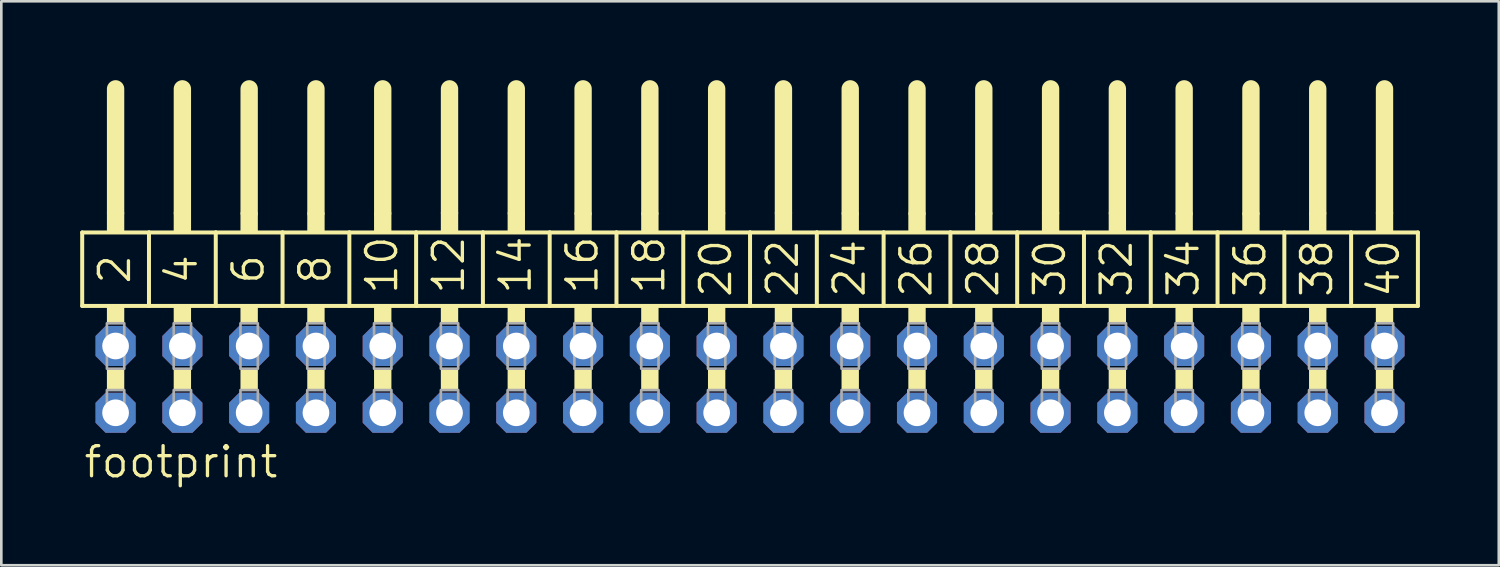
<source format=kicad_pcb>
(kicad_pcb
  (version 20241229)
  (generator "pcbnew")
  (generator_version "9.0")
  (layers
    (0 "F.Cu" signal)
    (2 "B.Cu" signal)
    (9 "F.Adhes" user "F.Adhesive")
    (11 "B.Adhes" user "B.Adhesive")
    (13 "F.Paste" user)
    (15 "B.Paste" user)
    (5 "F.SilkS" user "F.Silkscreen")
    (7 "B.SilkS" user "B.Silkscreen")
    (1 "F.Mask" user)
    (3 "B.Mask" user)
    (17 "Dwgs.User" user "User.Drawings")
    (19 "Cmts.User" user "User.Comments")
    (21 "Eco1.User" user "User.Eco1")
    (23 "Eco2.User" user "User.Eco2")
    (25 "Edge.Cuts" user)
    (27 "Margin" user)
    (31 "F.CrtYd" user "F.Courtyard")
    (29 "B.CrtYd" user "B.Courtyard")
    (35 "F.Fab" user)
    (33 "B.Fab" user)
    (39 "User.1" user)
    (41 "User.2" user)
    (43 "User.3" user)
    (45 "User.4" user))
  (footprint "footprint"
    (layer "F.Cu")
    (at 25.476 11.379)
    (property "Reference" "footprint" (at -25.4 3.81 0) (layer "F.SilkS") (effects (font (size 1.143 1.143) (thickness 0.127)) (justify left bottom)))
    (fp_line (start -25.4 -5.588) (end -22.86 -5.588) (stroke (width 0.152) (type solid)) (layer "F.SilkS"))
    (fp_line (start -25.4 -2.794) (end -25.4 -5.588) (stroke (width 0.152) (type solid)) (layer "F.SilkS"))
    (fp_line (start -24.13 -6.35) (end -24.13 -11.049) (stroke (width 0.66) (type solid)) (layer "F.SilkS"))
    (fp_line (start -22.86 -5.588) (end -20.32 -5.588) (stroke (width 0.152) (type solid)) (layer "F.SilkS"))
    (fp_line (start -22.86 -2.794) (end -25.4 -2.794) (stroke (width 0.152) (type solid)) (layer "F.SilkS"))
    (fp_line (start -22.86 -2.794) (end -22.86 -5.588) (stroke (width 0.152) (type solid)) (layer "F.SilkS"))
    (fp_line (start -22.86 -2.794) (end -20.32 -2.794) (stroke (width 0.152) (type solid)) (layer "F.SilkS"))
    (fp_line (start -21.59 -6.35) (end -21.59 -11.049) (stroke (width 0.66) (type solid)) (layer "F.SilkS"))
    (fp_line (start -20.32 -5.588) (end -17.78 -5.588) (stroke (width 0.152) (type solid)) (layer "F.SilkS"))
    (fp_line (start -20.32 -2.794) (end -20.32 -5.588) (stroke (width 0.152) (type solid)) (layer "F.SilkS"))
    (fp_line (start -19.05 -6.35) (end -19.05 -11.049) (stroke (width 0.66) (type solid)) (layer "F.SilkS"))
    (fp_line (start -17.78 -5.588) (end -15.24 -5.588) (stroke (width 0.152) (type solid)) (layer "F.SilkS"))
    (fp_line (start -17.78 -2.794) (end -20.32 -2.794) (stroke (width 0.152) (type solid)) (layer "F.SilkS"))
    (fp_line (start -17.78 -2.794) (end -17.78 -5.588) (stroke (width 0.152) (type solid)) (layer "F.SilkS"))
    (fp_line (start -16.51 -6.35) (end -16.51 -11.049) (stroke (width 0.66) (type solid)) (layer "F.SilkS"))
    (fp_line (start -15.24 -5.588) (end -12.7 -5.588) (stroke (width 0.152) (type solid)) (layer "F.SilkS"))
    (fp_line (start -15.24 -2.794) (end -17.78 -2.794) (stroke (width 0.152) (type solid)) (layer "F.SilkS"))
    (fp_line (start -15.24 -2.794) (end -15.24 -5.588) (stroke (width 0.152) (type solid)) (layer "F.SilkS"))
    (fp_line (start -13.97 -6.35) (end -13.97 -11.049) (stroke (width 0.66) (type solid)) (layer "F.SilkS"))
    (fp_line (start -12.7 -5.588) (end -10.16 -5.588) (stroke (width 0.152) (type solid)) (layer "F.SilkS"))
    (fp_line (start -12.7 -2.794) (end -15.24 -2.794) (stroke (width 0.152) (type solid)) (layer "F.SilkS"))
    (fp_line (start -12.7 -2.794) (end -12.7 -5.588) (stroke (width 0.152) (type solid)) (layer "F.SilkS"))
    (fp_line (start -11.43 -6.35) (end -11.43 -11.049) (stroke (width 0.66) (type solid)) (layer "F.SilkS"))
    (fp_line (start -10.16 -5.588) (end -7.62 -5.588) (stroke (width 0.152) (type solid)) (layer "F.SilkS"))
    (fp_line (start -10.16 -2.794) (end -12.7 -2.794) (stroke (width 0.152) (type solid)) (layer "F.SilkS"))
    (fp_line (start -10.16 -2.794) (end -10.16 -5.588) (stroke (width 0.152) (type solid)) (layer "F.SilkS"))
    (fp_line (start -10.16 -2.794) (end -7.62 -2.794) (stroke (width 0.152) (type solid)) (layer "F.SilkS"))
    (fp_line (start -8.89 -6.35) (end -8.89 -11.049) (stroke (width 0.66) (type solid)) (layer "F.SilkS"))
    (fp_line (start -7.62 -5.588) (end -5.08 -5.588) (stroke (width 0.152) (type solid)) (layer "F.SilkS"))
    (fp_line (start -7.62 -2.794) (end -7.62 -5.588) (stroke (width 0.152) (type solid)) (layer "F.SilkS"))
    (fp_line (start -6.35 -6.35) (end -6.35 -11.049) (stroke (width 0.66) (type solid)) (layer "F.SilkS"))
    (fp_line (start -5.08 -5.588) (end -2.54 -5.588) (stroke (width 0.152) (type solid)) (layer "F.SilkS"))
    (fp_line (start -5.08 -2.794) (end -7.62 -2.794) (stroke (width 0.152) (type solid)) (layer "F.SilkS"))
    (fp_line (start -5.08 -2.794) (end -5.08 -5.588) (stroke (width 0.152) (type solid)) (layer "F.SilkS"))
    (fp_line (start -3.81 -6.35) (end -3.81 -11.049) (stroke (width 0.66) (type solid)) (layer "F.SilkS"))
    (fp_line (start -2.54 -5.588) (end 0 -5.588) (stroke (width 0.152) (type solid)) (layer "F.SilkS"))
    (fp_line (start -2.54 -2.794) (end -5.08 -2.794) (stroke (width 0.152) (type solid)) (layer "F.SilkS"))
    (fp_line (start -2.54 -2.794) (end -2.54 -5.588) (stroke (width 0.152) (type solid)) (layer "F.SilkS"))
    (fp_line (start -1.27 -6.35) (end -1.27 -11.049) (stroke (width 0.66) (type solid)) (layer "F.SilkS"))
    (fp_line (start 0 -5.588) (end 2.54 -5.588) (stroke (width 0.152) (type solid)) (layer "F.SilkS"))
    (fp_line (start 0 -2.794) (end -2.54 -2.794) (stroke (width 0.152) (type solid)) (layer "F.SilkS"))
    (fp_line (start 0 -2.794) (end 0 -5.588) (stroke (width 0.152) (type solid)) (layer "F.SilkS"))
    (fp_line (start 1.27 -6.35) (end 1.27 -11.049) (stroke (width 0.66) (type solid)) (layer "F.SilkS"))
    (fp_line (start 2.54 -5.588) (end 5.08 -5.588) (stroke (width 0.152) (type solid)) (layer "F.SilkS"))
    (fp_line (start 2.54 -2.794) (end 0 -2.794) (stroke (width 0.152) (type solid)) (layer "F.SilkS"))
    (fp_line (start 2.54 -2.794) (end 2.54 -5.588) (stroke (width 0.152) (type solid)) (layer "F.SilkS"))
    (fp_line (start 2.54 -2.794) (end 5.08 -2.794) (stroke (width 0.152) (type solid)) (layer "F.SilkS"))
    (fp_line (start 3.81 -6.35) (end 3.81 -11.049) (stroke (width 0.66) (type solid)) (layer "F.SilkS"))
    (fp_line (start 5.08 -5.588) (end 7.62 -5.588) (stroke (width 0.152) (type solid)) (layer "F.SilkS"))
    (fp_line (start 5.08 -2.794) (end 5.08 -5.588) (stroke (width 0.152) (type solid)) (layer "F.SilkS"))
    (fp_line (start 6.35 -6.35) (end 6.35 -11.049) (stroke (width 0.66) (type solid)) (layer "F.SilkS"))
    (fp_line (start 7.62 -5.588) (end 10.16 -5.588) (stroke (width 0.152) (type solid)) (layer "F.SilkS"))
    (fp_line (start 7.62 -2.794) (end 5.08 -2.794) (stroke (width 0.152) (type solid)) (layer "F.SilkS"))
    (fp_line (start 7.62 -2.794) (end 7.62 -5.588) (stroke (width 0.152) (type solid)) (layer "F.SilkS"))
    (fp_line (start 8.89 -6.35) (end 8.89 -11.049) (stroke (width 0.66) (type solid)) (layer "F.SilkS"))
    (fp_line (start 10.16 -5.588) (end 12.7 -5.588) (stroke (width 0.152) (type solid)) (layer "F.SilkS"))
    (fp_line (start 10.16 -2.794) (end 7.62 -2.794) (stroke (width 0.152) (type solid)) (layer "F.SilkS"))
    (fp_line (start 10.16 -2.794) (end 10.16 -5.588) (stroke (width 0.152) (type solid)) (layer "F.SilkS"))
    (fp_line (start 11.43 -6.35) (end 11.43 -11.049) (stroke (width 0.66) (type solid)) (layer "F.SilkS"))
    (fp_line (start 12.7 -5.588) (end 15.24 -5.588) (stroke (width 0.152) (type solid)) (layer "F.SilkS"))
    (fp_line (start 12.7 -2.794) (end 10.16 -2.794) (stroke (width 0.152) (type solid)) (layer "F.SilkS"))
    (fp_line (start 12.7 -2.794) (end 12.7 -5.588) (stroke (width 0.152) (type solid)) (layer "F.SilkS"))
    (fp_line (start 13.97 -6.35) (end 13.97 -11.049) (stroke (width 0.66) (type solid)) (layer "F.SilkS"))
    (fp_line (start 15.24 -5.588) (end 17.78 -5.588) (stroke (width 0.152) (type solid)) (layer "F.SilkS"))
    (fp_line (start 15.24 -2.794) (end 12.7 -2.794) (stroke (width 0.152) (type solid)) (layer "F.SilkS"))
    (fp_line (start 15.24 -2.794) (end 15.24 -5.588) (stroke (width 0.152) (type solid)) (layer "F.SilkS"))
    (fp_line (start 15.24 -2.794) (end 17.78 -2.794) (stroke (width 0.152) (type solid)) (layer "F.SilkS"))
    (fp_line (start 16.51 -6.35) (end 16.51 -11.049) (stroke (width 0.66) (type solid)) (layer "F.SilkS"))
    (fp_line (start 17.78 -5.588) (end 20.32 -5.588) (stroke (width 0.152) (type solid)) (layer "F.SilkS"))
    (fp_line (start 17.78 -2.794) (end 17.78 -5.588) (stroke (width 0.152) (type solid)) (layer "F.SilkS"))
    (fp_line (start 19.05 -6.35) (end 19.05 -11.049) (stroke (width 0.66) (type solid)) (layer "F.SilkS"))
    (fp_line (start 20.32 -5.588) (end 22.86 -5.588) (stroke (width 0.152) (type solid)) (layer "F.SilkS"))
    (fp_line (start 20.32 -2.794) (end 17.78 -2.794) (stroke (width 0.152) (type solid)) (layer "F.SilkS"))
    (fp_line (start 20.32 -2.794) (end 20.32 -5.588) (stroke (width 0.152) (type solid)) (layer "F.SilkS"))
    (fp_line (start 21.59 -6.35) (end 21.59 -11.049) (stroke (width 0.66) (type solid)) (layer "F.SilkS"))
    (fp_line (start 22.86 -5.588) (end 25.4 -5.588) (stroke (width 0.152) (type solid)) (layer "F.SilkS"))
    (fp_line (start 22.86 -2.794) (end 20.32 -2.794) (stroke (width 0.152) (type solid)) (layer "F.SilkS"))
    (fp_line (start 22.86 -2.794) (end 22.86 -5.588) (stroke (width 0.152) (type solid)) (layer "F.SilkS"))
    (fp_line (start 24.13 -6.35) (end 24.13 -11.049) (stroke (width 0.66) (type solid)) (layer "F.SilkS"))
    (fp_line (start 25.4 -2.794) (end 22.86 -2.794) (stroke (width 0.152) (type solid)) (layer "F.SilkS"))
    (fp_line (start 25.4 -2.794) (end 25.4 -5.588) (stroke (width 0.152) (type solid)) (layer "F.SilkS"))
    (fp_poly (pts (xy -24.46 -5.588) (xy -23.8 -5.588) (xy -23.8 -6.35) (xy -24.46 -6.35)) (stroke (width 0) (type solid)) (fill yes) (layer "F.SilkS"))
    (fp_poly (pts (xy -24.46 -2.134) (xy -23.8 -2.134) (xy -23.8 -2.794) (xy -24.46 -2.794)) (stroke (width 0) (type solid)) (fill yes) (layer "F.SilkS"))
    (fp_poly (pts (xy -24.46 0.406) (xy -23.8 0.406) (xy -23.8 -0.406) (xy -24.46 -0.406)) (stroke (width 0) (type solid)) (fill yes) (layer "F.SilkS"))
    (fp_poly (pts (xy -21.92 -5.588) (xy -21.26 -5.588) (xy -21.26 -6.35) (xy -21.92 -6.35)) (stroke (width 0) (type solid)) (fill yes) (layer "F.SilkS"))
    (fp_poly (pts (xy -21.92 -2.134) (xy -21.26 -2.134) (xy -21.26 -2.794) (xy -21.92 -2.794)) (stroke (width 0) (type solid)) (fill yes) (layer "F.SilkS"))
    (fp_poly (pts (xy -21.92 0.406) (xy -21.26 0.406) (xy -21.26 -0.406) (xy -21.92 -0.406)) (stroke (width 0) (type solid)) (fill yes) (layer "F.SilkS"))
    (fp_poly (pts (xy -19.38 -5.588) (xy -18.72 -5.588) (xy -18.72 -6.35) (xy -19.38 -6.35)) (stroke (width 0) (type solid)) (fill yes) (layer "F.SilkS"))
    (fp_poly (pts (xy -19.38 -2.134) (xy -18.72 -2.134) (xy -18.72 -2.794) (xy -19.38 -2.794)) (stroke (width 0) (type solid)) (fill yes) (layer "F.SilkS"))
    (fp_poly (pts (xy -19.38 0.406) (xy -18.72 0.406) (xy -18.72 -0.406) (xy -19.38 -0.406)) (stroke (width 0) (type solid)) (fill yes) (layer "F.SilkS"))
    (fp_poly (pts (xy -16.84 -5.588) (xy -16.18 -5.588) (xy -16.18 -6.35) (xy -16.84 -6.35)) (stroke (width 0) (type solid)) (fill yes) (layer "F.SilkS"))
    (fp_poly (pts (xy -16.84 -2.134) (xy -16.18 -2.134) (xy -16.18 -2.794) (xy -16.84 -2.794)) (stroke (width 0) (type solid)) (fill yes) (layer "F.SilkS"))
    (fp_poly (pts (xy -16.84 0.406) (xy -16.18 0.406) (xy -16.18 -0.406) (xy -16.84 -0.406)) (stroke (width 0) (type solid)) (fill yes) (layer "F.SilkS"))
    (fp_poly (pts (xy -14.3 -5.588) (xy -13.64 -5.588) (xy -13.64 -6.35) (xy -14.3 -6.35)) (stroke (width 0) (type solid)) (fill yes) (layer "F.SilkS"))
    (fp_poly (pts (xy -14.3 -2.134) (xy -13.64 -2.134) (xy -13.64 -2.794) (xy -14.3 -2.794)) (stroke (width 0) (type solid)) (fill yes) (layer "F.SilkS"))
    (fp_poly (pts (xy -14.3 0.406) (xy -13.64 0.406) (xy -13.64 -0.406) (xy -14.3 -0.406)) (stroke (width 0) (type solid)) (fill yes) (layer "F.SilkS"))
    (fp_poly (pts (xy -11.76 -5.588) (xy -11.1 -5.588) (xy -11.1 -6.35) (xy -11.76 -6.35)) (stroke (width 0) (type solid)) (fill yes) (layer "F.SilkS"))
    (fp_poly (pts (xy -11.76 -2.134) (xy -11.1 -2.134) (xy -11.1 -2.794) (xy -11.76 -2.794)) (stroke (width 0) (type solid)) (fill yes) (layer "F.SilkS"))
    (fp_poly (pts (xy -11.76 0.406) (xy -11.1 0.406) (xy -11.1 -0.406) (xy -11.76 -0.406)) (stroke (width 0) (type solid)) (fill yes) (layer "F.SilkS"))
    (fp_poly (pts (xy -9.22 -5.588) (xy -8.56 -5.588) (xy -8.56 -6.35) (xy -9.22 -6.35)) (stroke (width 0) (type solid)) (fill yes) (layer "F.SilkS"))
    (fp_poly (pts (xy -9.22 -2.134) (xy -8.56 -2.134) (xy -8.56 -2.794) (xy -9.22 -2.794)) (stroke (width 0) (type solid)) (fill yes) (layer "F.SilkS"))
    (fp_poly (pts (xy -9.22 0.406) (xy -8.56 0.406) (xy -8.56 -0.406) (xy -9.22 -0.406)) (stroke (width 0) (type solid)) (fill yes) (layer "F.SilkS"))
    (fp_poly (pts (xy -6.68 -5.588) (xy -6.02 -5.588) (xy -6.02 -6.35) (xy -6.68 -6.35)) (stroke (width 0) (type solid)) (fill yes) (layer "F.SilkS"))
    (fp_poly (pts (xy -6.68 -2.134) (xy -6.02 -2.134) (xy -6.02 -2.794) (xy -6.68 -2.794)) (stroke (width 0) (type solid)) (fill yes) (layer "F.SilkS"))
    (fp_poly (pts (xy -6.68 0.406) (xy -6.02 0.406) (xy -6.02 -0.406) (xy -6.68 -0.406)) (stroke (width 0) (type solid)) (fill yes) (layer "F.SilkS"))
    (fp_poly (pts (xy -4.14 -5.588) (xy -3.48 -5.588) (xy -3.48 -6.35) (xy -4.14 -6.35)) (stroke (width 0) (type solid)) (fill yes) (layer "F.SilkS"))
    (fp_poly (pts (xy -4.14 -2.134) (xy -3.48 -2.134) (xy -3.48 -2.794) (xy -4.14 -2.794)) (stroke (width 0) (type solid)) (fill yes) (layer "F.SilkS"))
    (fp_poly (pts (xy -4.14 0.406) (xy -3.48 0.406) (xy -3.48 -0.406) (xy -4.14 -0.406)) (stroke (width 0) (type solid)) (fill yes) (layer "F.SilkS"))
    (fp_poly (pts (xy -1.6 -5.588) (xy -0.94 -5.588) (xy -0.94 -6.35) (xy -1.6 -6.35)) (stroke (width 0) (type solid)) (fill yes) (layer "F.SilkS"))
    (fp_poly (pts (xy -1.6 -2.134) (xy -0.94 -2.134) (xy -0.94 -2.794) (xy -1.6 -2.794)) (stroke (width 0) (type solid)) (fill yes) (layer "F.SilkS"))
    (fp_poly (pts (xy -1.6 0.406) (xy -0.94 0.406) (xy -0.94 -0.406) (xy -1.6 -0.406)) (stroke (width 0) (type solid)) (fill yes) (layer "F.SilkS"))
    (fp_poly (pts (xy 0.94 -5.588) (xy 1.6 -5.588) (xy 1.6 -6.35) (xy 0.94 -6.35)) (stroke (width 0) (type solid)) (fill yes) (layer "F.SilkS"))
    (fp_poly (pts (xy 0.94 -2.134) (xy 1.6 -2.134) (xy 1.6 -2.794) (xy 0.94 -2.794)) (stroke (width 0) (type solid)) (fill yes) (layer "F.SilkS"))
    (fp_poly (pts (xy 0.94 0.406) (xy 1.6 0.406) (xy 1.6 -0.406) (xy 0.94 -0.406)) (stroke (width 0) (type solid)) (fill yes) (layer "F.SilkS"))
    (fp_poly (pts (xy 3.48 -5.588) (xy 4.14 -5.588) (xy 4.14 -6.35) (xy 3.48 -6.35)) (stroke (width 0) (type solid)) (fill yes) (layer "F.SilkS"))
    (fp_poly (pts (xy 3.48 -2.134) (xy 4.14 -2.134) (xy 4.14 -2.794) (xy 3.48 -2.794)) (stroke (width 0) (type solid)) (fill yes) (layer "F.SilkS"))
    (fp_poly (pts (xy 3.48 0.406) (xy 4.14 0.406) (xy 4.14 -0.406) (xy 3.48 -0.406)) (stroke (width 0) (type solid)) (fill yes) (layer "F.SilkS"))
    (fp_poly (pts (xy 6.02 -5.588) (xy 6.68 -5.588) (xy 6.68 -6.35) (xy 6.02 -6.35)) (stroke (width 0) (type solid)) (fill yes) (layer "F.SilkS"))
    (fp_poly (pts (xy 6.02 -2.134) (xy 6.68 -2.134) (xy 6.68 -2.794) (xy 6.02 -2.794)) (stroke (width 0) (type solid)) (fill yes) (layer "F.SilkS"))
    (fp_poly (pts (xy 6.02 0.406) (xy 6.68 0.406) (xy 6.68 -0.406) (xy 6.02 -0.406)) (stroke (width 0) (type solid)) (fill yes) (layer "F.SilkS"))
    (fp_poly (pts (xy 8.56 -5.588) (xy 9.22 -5.588) (xy 9.22 -6.35) (xy 8.56 -6.35)) (stroke (width 0) (type solid)) (fill yes) (layer "F.SilkS"))
    (fp_poly (pts (xy 8.56 -2.134) (xy 9.22 -2.134) (xy 9.22 -2.794) (xy 8.56 -2.794)) (stroke (width 0) (type solid)) (fill yes) (layer "F.SilkS"))
    (fp_poly (pts (xy 8.56 0.406) (xy 9.22 0.406) (xy 9.22 -0.406) (xy 8.56 -0.406)) (stroke (width 0) (type solid)) (fill yes) (layer "F.SilkS"))
    (fp_poly (pts (xy 11.1 -5.588) (xy 11.76 -5.588) (xy 11.76 -6.35) (xy 11.1 -6.35)) (stroke (width 0) (type solid)) (fill yes) (layer "F.SilkS"))
    (fp_poly (pts (xy 11.1 -2.134) (xy 11.76 -2.134) (xy 11.76 -2.794) (xy 11.1 -2.794)) (stroke (width 0) (type solid)) (fill yes) (layer "F.SilkS"))
    (fp_poly (pts (xy 11.1 0.406) (xy 11.76 0.406) (xy 11.76 -0.406) (xy 11.1 -0.406)) (stroke (width 0) (type solid)) (fill yes) (layer "F.SilkS"))
    (fp_poly (pts (xy 13.64 -5.588) (xy 14.3 -5.588) (xy 14.3 -6.35) (xy 13.64 -6.35)) (stroke (width 0) (type solid)) (fill yes) (layer "F.SilkS"))
    (fp_poly (pts (xy 13.64 -2.134) (xy 14.3 -2.134) (xy 14.3 -2.794) (xy 13.64 -2.794)) (stroke (width 0) (type solid)) (fill yes) (layer "F.SilkS"))
    (fp_poly (pts (xy 13.64 0.406) (xy 14.3 0.406) (xy 14.3 -0.406) (xy 13.64 -0.406)) (stroke (width 0) (type solid)) (fill yes) (layer "F.SilkS"))
    (fp_poly (pts (xy 16.18 -5.588) (xy 16.84 -5.588) (xy 16.84 -6.35) (xy 16.18 -6.35)) (stroke (width 0) (type solid)) (fill yes) (layer "F.SilkS"))
    (fp_poly (pts (xy 16.18 -2.134) (xy 16.84 -2.134) (xy 16.84 -2.794) (xy 16.18 -2.794)) (stroke (width 0) (type solid)) (fill yes) (layer "F.SilkS"))
    (fp_poly (pts (xy 16.18 0.406) (xy 16.84 0.406) (xy 16.84 -0.406) (xy 16.18 -0.406)) (stroke (width 0) (type solid)) (fill yes) (layer "F.SilkS"))
    (fp_poly (pts (xy 18.72 -5.588) (xy 19.38 -5.588) (xy 19.38 -6.35) (xy 18.72 -6.35)) (stroke (width 0) (type solid)) (fill yes) (layer "F.SilkS"))
    (fp_poly (pts (xy 18.72 -2.134) (xy 19.38 -2.134) (xy 19.38 -2.794) (xy 18.72 -2.794)) (stroke (width 0) (type solid)) (fill yes) (layer "F.SilkS"))
    (fp_poly (pts (xy 18.72 0.406) (xy 19.38 0.406) (xy 19.38 -0.406) (xy 18.72 -0.406)) (stroke (width 0) (type solid)) (fill yes) (layer "F.SilkS"))
    (fp_poly (pts (xy 21.26 -5.588) (xy 21.92 -5.588) (xy 21.92 -6.35) (xy 21.26 -6.35)) (stroke (width 0) (type solid)) (fill yes) (layer "F.SilkS"))
    (fp_poly (pts (xy 21.26 -2.134) (xy 21.92 -2.134) (xy 21.92 -2.794) (xy 21.26 -2.794)) (stroke (width 0) (type solid)) (fill yes) (layer "F.SilkS"))
    (fp_poly (pts (xy 21.26 0.406) (xy 21.92 0.406) (xy 21.92 -0.406) (xy 21.26 -0.406)) (stroke (width 0) (type solid)) (fill yes) (layer "F.SilkS"))
    (fp_poly (pts (xy 23.8 -5.588) (xy 24.46 -5.588) (xy 24.46 -6.35) (xy 23.8 -6.35)) (stroke (width 0) (type solid)) (fill yes) (layer "F.SilkS"))
    (fp_poly (pts (xy 23.8 -2.134) (xy 24.46 -2.134) (xy 24.46 -2.794) (xy 23.8 -2.794)) (stroke (width 0) (type solid)) (fill yes) (layer "F.SilkS"))
    (fp_poly (pts (xy 23.8 0.406) (xy 24.46 0.406) (xy 24.46 -0.406) (xy 23.8 -0.406)) (stroke (width 0) (type solid)) (fill yes) (layer "F.SilkS"))
    (fp_poly (pts (xy -24.46 -0.406) (xy -23.8 -0.406) (xy -23.8 -2.134) (xy -24.46 -2.134)) (stroke (width 0.1) (type solid)) (fill no) (layer "F.Fab"))
    (fp_poly (pts (xy -24.46 1.575) (xy -23.8 1.575) (xy -23.8 0.406) (xy -24.46 0.406)) (stroke (width 0.1) (type solid)) (fill no) (layer "F.Fab"))
    (fp_poly (pts (xy -21.92 -0.406) (xy -21.26 -0.406) (xy -21.26 -2.134) (xy -21.92 -2.134)) (stroke (width 0.1) (type solid)) (fill no) (layer "F.Fab"))
    (fp_poly (pts (xy -21.92 1.575) (xy -21.26 1.575) (xy -21.26 0.406) (xy -21.92 0.406)) (stroke (width 0.1) (type solid)) (fill no) (layer "F.Fab"))
    (fp_poly (pts (xy -19.38 -0.406) (xy -18.72 -0.406) (xy -18.72 -2.134) (xy -19.38 -2.134)) (stroke (width 0.1) (type solid)) (fill no) (layer "F.Fab"))
    (fp_poly (pts (xy -19.38 1.575) (xy -18.72 1.575) (xy -18.72 0.406) (xy -19.38 0.406)) (stroke (width 0.1) (type solid)) (fill no) (layer "F.Fab"))
    (fp_poly (pts (xy -16.84 -0.406) (xy -16.18 -0.406) (xy -16.18 -2.134) (xy -16.84 -2.134)) (stroke (width 0.1) (type solid)) (fill no) (layer "F.Fab"))
    (fp_poly (pts (xy -16.84 1.575) (xy -16.18 1.575) (xy -16.18 0.406) (xy -16.84 0.406)) (stroke (width 0.1) (type solid)) (fill no) (layer "F.Fab"))
    (fp_poly (pts (xy -14.3 -0.406) (xy -13.64 -0.406) (xy -13.64 -2.134) (xy -14.3 -2.134)) (stroke (width 0.1) (type solid)) (fill no) (layer "F.Fab"))
    (fp_poly (pts (xy -14.3 1.575) (xy -13.64 1.575) (xy -13.64 0.406) (xy -14.3 0.406)) (stroke (width 0.1) (type solid)) (fill no) (layer "F.Fab"))
    (fp_poly (pts (xy -11.76 -0.406) (xy -11.1 -0.406) (xy -11.1 -2.134) (xy -11.76 -2.134)) (stroke (width 0.1) (type solid)) (fill no) (layer "F.Fab"))
    (fp_poly (pts (xy -11.76 1.575) (xy -11.1 1.575) (xy -11.1 0.406) (xy -11.76 0.406)) (stroke (width 0.1) (type solid)) (fill no) (layer "F.Fab"))
    (fp_poly (pts (xy -9.22 -0.406) (xy -8.56 -0.406) (xy -8.56 -2.134) (xy -9.22 -2.134)) (stroke (width 0.1) (type solid)) (fill no) (layer "F.Fab"))
    (fp_poly (pts (xy -9.22 1.575) (xy -8.56 1.575) (xy -8.56 0.406) (xy -9.22 0.406)) (stroke (width 0.1) (type solid)) (fill no) (layer "F.Fab"))
    (fp_poly (pts (xy -6.68 -0.406) (xy -6.02 -0.406) (xy -6.02 -2.134) (xy -6.68 -2.134)) (stroke (width 0.1) (type solid)) (fill no) (layer "F.Fab"))
    (fp_poly (pts (xy -6.68 1.575) (xy -6.02 1.575) (xy -6.02 0.406) (xy -6.68 0.406)) (stroke (width 0.1) (type solid)) (fill no) (layer "F.Fab"))
    (fp_poly (pts (xy -4.14 -0.406) (xy -3.48 -0.406) (xy -3.48 -2.134) (xy -4.14 -2.134)) (stroke (width 0.1) (type solid)) (fill no) (layer "F.Fab"))
    (fp_poly (pts (xy -4.14 1.575) (xy -3.48 1.575) (xy -3.48 0.406) (xy -4.14 0.406)) (stroke (width 0.1) (type solid)) (fill no) (layer "F.Fab"))
    (fp_poly (pts (xy -1.6 -0.406) (xy -0.94 -0.406) (xy -0.94 -2.134) (xy -1.6 -2.134)) (stroke (width 0.1) (type solid)) (fill no) (layer "F.Fab"))
    (fp_poly (pts (xy -1.6 1.575) (xy -0.94 1.575) (xy -0.94 0.406) (xy -1.6 0.406)) (stroke (width 0.1) (type solid)) (fill no) (layer "F.Fab"))
    (fp_poly (pts (xy 0.94 -0.406) (xy 1.6 -0.406) (xy 1.6 -2.134) (xy 0.94 -2.134)) (stroke (width 0.1) (type solid)) (fill no) (layer "F.Fab"))
    (fp_poly (pts (xy 0.94 1.575) (xy 1.6 1.575) (xy 1.6 0.406) (xy 0.94 0.406)) (stroke (width 0.1) (type solid)) (fill no) (layer "F.Fab"))
    (fp_poly (pts (xy 3.48 -0.406) (xy 4.14 -0.406) (xy 4.14 -2.134) (xy 3.48 -2.134)) (stroke (width 0.1) (type solid)) (fill no) (layer "F.Fab"))
    (fp_poly (pts (xy 3.48 1.575) (xy 4.14 1.575) (xy 4.14 0.406) (xy 3.48 0.406)) (stroke (width 0.1) (type solid)) (fill no) (layer "F.Fab"))
    (fp_poly (pts (xy 6.02 -0.406) (xy 6.68 -0.406) (xy 6.68 -2.134) (xy 6.02 -2.134)) (stroke (width 0.1) (type solid)) (fill no) (layer "F.Fab"))
    (fp_poly (pts (xy 6.02 1.575) (xy 6.68 1.575) (xy 6.68 0.406) (xy 6.02 0.406)) (stroke (width 0.1) (type solid)) (fill no) (layer "F.Fab"))
    (fp_poly (pts (xy 8.56 -0.406) (xy 9.22 -0.406) (xy 9.22 -2.134) (xy 8.56 -2.134)) (stroke (width 0.1) (type solid)) (fill no) (layer "F.Fab"))
    (fp_poly (pts (xy 8.56 1.575) (xy 9.22 1.575) (xy 9.22 0.406) (xy 8.56 0.406)) (stroke (width 0.1) (type solid)) (fill no) (layer "F.Fab"))
    (fp_poly (pts (xy 11.1 -0.406) (xy 11.76 -0.406) (xy 11.76 -2.134) (xy 11.1 -2.134)) (stroke (width 0.1) (type solid)) (fill no) (layer "F.Fab"))
    (fp_poly (pts (xy 11.1 1.575) (xy 11.76 1.575) (xy 11.76 0.406) (xy 11.1 0.406)) (stroke (width 0.1) (type solid)) (fill no) (layer "F.Fab"))
    (fp_poly (pts (xy 13.64 -0.406) (xy 14.3 -0.406) (xy 14.3 -2.134) (xy 13.64 -2.134)) (stroke (width 0.1) (type solid)) (fill no) (layer "F.Fab"))
    (fp_poly (pts (xy 13.64 1.575) (xy 14.3 1.575) (xy 14.3 0.406) (xy 13.64 0.406)) (stroke (width 0.1) (type solid)) (fill no) (layer "F.Fab"))
    (fp_poly (pts (xy 16.18 -0.406) (xy 16.84 -0.406) (xy 16.84 -2.134) (xy 16.18 -2.134)) (stroke (width 0.1) (type solid)) (fill no) (layer "F.Fab"))
    (fp_poly (pts (xy 16.18 1.575) (xy 16.84 1.575) (xy 16.84 0.406) (xy 16.18 0.406)) (stroke (width 0.1) (type solid)) (fill no) (layer "F.Fab"))
    (fp_poly (pts (xy 18.72 -0.406) (xy 19.38 -0.406) (xy 19.38 -2.134) (xy 18.72 -2.134)) (stroke (width 0.1) (type solid)) (fill no) (layer "F.Fab"))
    (fp_poly (pts (xy 18.72 1.575) (xy 19.38 1.575) (xy 19.38 0.406) (xy 18.72 0.406)) (stroke (width 0.1) (type solid)) (fill no) (layer "F.Fab"))
    (fp_poly (pts (xy 21.26 -0.406) (xy 21.92 -0.406) (xy 21.92 -2.134) (xy 21.26 -2.134)) (stroke (width 0.1) (type solid)) (fill no) (layer "F.Fab"))
    (fp_poly (pts (xy 21.26 1.575) (xy 21.92 1.575) (xy 21.92 0.406) (xy 21.26 0.406)) (stroke (width 0.1) (type solid)) (fill no) (layer "F.Fab"))
    (fp_poly (pts (xy 23.8 -0.406) (xy 24.46 -0.406) (xy 24.46 -2.134) (xy 23.8 -2.134)) (stroke (width 0.1) (type solid)) (fill no) (layer "F.Fab"))
    (fp_poly (pts (xy 23.8 1.575) (xy 24.46 1.575) (xy 24.46 0.406) (xy 23.8 0.406)) (stroke (width 0.1) (type solid)) (fill no) (layer "F.Fab"))
    (fp_text user "8" (at -15.875 -3.556 90) (layer "F.SilkS") (effects (font (size 1.143 1.143) (thickness 0.127)) (justify left bottom)))
    (fp_text user "28" (at 9.525 -3.048 90) (layer "F.SilkS") (effects (font (size 1.143 1.143) (thickness 0.127)) (justify left bottom)))
    (fp_text user "36" (at 19.685 -3.048 90) (layer "F.SilkS") (effects (font (size 1.143 1.143) (thickness 0.127)) (justify left bottom)))
    (fp_text user "10" (at -13.335 -3.175 90) (layer "F.SilkS") (effects (font (size 1.143 1.143) (thickness 0.127)) (justify left bottom)))
    (fp_text user "12" (at -10.795 -3.175 90) (layer "F.SilkS") (effects (font (size 1.143 1.143) (thickness 0.127)) (justify left bottom)))
    (fp_text user "14" (at -8.255 -3.175 90) (layer "F.SilkS") (effects (font (size 1.143 1.143) (thickness 0.127)) (justify left bottom)))
    (fp_text user "2" (at -23.495 -3.556 90) (layer "F.SilkS") (effects (font (size 1.143 1.143) (thickness 0.127)) (justify left bottom)))
    (fp_text user "18" (at -3.175 -3.175 90) (layer "F.SilkS") (effects (font (size 1.143 1.143) (thickness 0.127)) (justify left bottom)))
    (fp_text user "24" (at 4.445 -3.048 90) (layer "F.SilkS") (effects (font (size 1.143 1.143) (thickness 0.127)) (justify left bottom)))
    (fp_text user "34" (at 17.145 -3.048 90) (layer "F.SilkS") (effects (font (size 1.143 1.143) (thickness 0.127)) (justify left bottom)))
    (fp_text user "20" (at -0.635 -3.048 90) (layer "F.SilkS") (effects (font (size 1.143 1.143) (thickness 0.127)) (justify left bottom)))
    (fp_text user "16" (at -5.715 -3.175 90) (layer "F.SilkS") (effects (font (size 1.143 1.143) (thickness 0.127)) (justify left bottom)))
    (fp_text user "38" (at 22.225 -3.048 90) (layer "F.SilkS") (effects (font (size 1.143 1.143) (thickness 0.127)) (justify left bottom)))
    (fp_text user "40" (at 24.765 -3.048 90) (layer "F.SilkS") (effects (font (size 1.143 1.143) (thickness 0.127)) (justify left bottom)))
    (fp_text user "22" (at 1.905 -3.048 90) (layer "F.SilkS") (effects (font (size 1.143 1.143) (thickness 0.127)) (justify left bottom)))
    (fp_text user "4" (at -20.955 -3.556 90) (layer "F.SilkS") (effects (font (size 1.143 1.143) (thickness 0.127)) (justify left bottom)))
    (fp_text user "6" (at -18.415 -3.556 90) (layer "F.SilkS") (effects (font (size 1.143 1.143) (thickness 0.127)) (justify left bottom)))
    (fp_text user "32" (at 14.605 -3.048 90) (layer "F.SilkS") (effects (font (size 1.143 1.143) (thickness 0.127)) (justify left bottom)))
    (fp_text user "26" (at 6.985 -3.048 90) (layer "F.SilkS") (effects (font (size 1.143 1.143) (thickness 0.127)) (justify left bottom)))
    (fp_text user "30" (at 12.065 -3.048 90) (layer "F.SilkS") (effects (font (size 1.143 1.143) (thickness 0.127)) (justify left bottom)))
    (pad "1" thru_hole roundrect (at -24.13 1.27) (size 1.524 1.524) (drill 1.016) (layers "*.Cu" "*.Mask") (roundrect_rratio 0.25) (chamfer_ratio 0.25) (chamfer top_left top_right bottom_left bottom_right))
    (pad "2" thru_hole roundrect (at -24.13 -1.27) (size 1.524 1.524) (drill 1.016) (layers "*.Cu" "*.Mask") (roundrect_rratio 0.25) (chamfer_ratio 0.25) (chamfer top_left top_right bottom_left bottom_right))
    (pad "3" thru_hole roundrect (at -21.59 1.27) (size 1.524 1.524) (drill 1.016) (layers "*.Cu" "*.Mask") (roundrect_rratio 0.25) (chamfer_ratio 0.25) (chamfer top_left top_right bottom_left bottom_right))
    (pad "4" thru_hole roundrect (at -21.59 -1.27) (size 1.524 1.524) (drill 1.016) (layers "*.Cu" "*.Mask") (roundrect_rratio 0.25) (chamfer_ratio 0.25) (chamfer top_left top_right bottom_left bottom_right))
    (pad "5" thru_hole roundrect (at -19.05 1.27) (size 1.524 1.524) (drill 1.016) (layers "*.Cu" "*.Mask") (roundrect_rratio 0.25) (chamfer_ratio 0.25) (chamfer top_left top_right bottom_left bottom_right))
    (pad "6" thru_hole roundrect (at -19.05 -1.27) (size 1.524 1.524) (drill 1.016) (layers "*.Cu" "*.Mask") (roundrect_rratio 0.25) (chamfer_ratio 0.25) (chamfer top_left top_right bottom_left bottom_right))
    (pad "7" thru_hole roundrect (at -16.51 1.27) (size 1.524 1.524) (drill 1.016) (layers "*.Cu" "*.Mask") (roundrect_rratio 0.25) (chamfer_ratio 0.25) (chamfer top_left top_right bottom_left bottom_right))
    (pad "8" thru_hole roundrect (at -16.51 -1.27) (size 1.524 1.524) (drill 1.016) (layers "*.Cu" "*.Mask") (roundrect_rratio 0.25) (chamfer_ratio 0.25) (chamfer top_left top_right bottom_left bottom_right))
    (pad "9" thru_hole roundrect (at -13.97 1.27) (size 1.524 1.524) (drill 1.016) (layers "*.Cu" "*.Mask") (roundrect_rratio 0.25) (chamfer_ratio 0.25) (chamfer top_left top_right bottom_left bottom_right))
    (pad "10" thru_hole roundrect (at -13.97 -1.27) (size 1.524 1.524) (drill 1.016) (layers "*.Cu" "*.Mask") (roundrect_rratio 0.25) (chamfer_ratio 0.25) (chamfer top_left top_right bottom_left bottom_right))
    (pad "11" thru_hole roundrect (at -11.43 1.27) (size 1.524 1.524) (drill 1.016) (layers "*.Cu" "*.Mask") (roundrect_rratio 0.25) (chamfer_ratio 0.25) (chamfer top_left top_right bottom_left bottom_right))
    (pad "12" thru_hole roundrect (at -11.43 -1.27) (size 1.524 1.524) (drill 1.016) (layers "*.Cu" "*.Mask") (roundrect_rratio 0.25) (chamfer_ratio 0.25) (chamfer top_left top_right bottom_left bottom_right))
    (pad "13" thru_hole roundrect (at -8.89 1.27) (size 1.524 1.524) (drill 1.016) (layers "*.Cu" "*.Mask") (roundrect_rratio 0.25) (chamfer_ratio 0.25) (chamfer top_left top_right bottom_left bottom_right))
    (pad "14" thru_hole roundrect (at -8.89 -1.27) (size 1.524 1.524) (drill 1.016) (layers "*.Cu" "*.Mask") (roundrect_rratio 0.25) (chamfer_ratio 0.25) (chamfer top_left top_right bottom_left bottom_right))
    (pad "15" thru_hole roundrect (at -6.35 1.27) (size 1.524 1.524) (drill 1.016) (layers "*.Cu" "*.Mask") (roundrect_rratio 0.25) (chamfer_ratio 0.25) (chamfer top_left top_right bottom_left bottom_right))
    (pad "16" thru_hole roundrect (at -6.35 -1.27) (size 1.524 1.524) (drill 1.016) (layers "*.Cu" "*.Mask") (roundrect_rratio 0.25) (chamfer_ratio 0.25) (chamfer top_left top_right bottom_left bottom_right))
    (pad "17" thru_hole roundrect (at -3.81 1.27) (size 1.524 1.524) (drill 1.016) (layers "*.Cu" "*.Mask") (roundrect_rratio 0.25) (chamfer_ratio 0.25) (chamfer top_left top_right bottom_left bottom_right))
    (pad "18" thru_hole roundrect (at -3.81 -1.27) (size 1.524 1.524) (drill 1.016) (layers "*.Cu" "*.Mask") (roundrect_rratio 0.25) (chamfer_ratio 0.25) (chamfer top_left top_right bottom_left bottom_right))
    (pad "19" thru_hole roundrect (at -1.27 1.27) (size 1.524 1.524) (drill 1.016) (layers "*.Cu" "*.Mask") (roundrect_rratio 0.25) (chamfer_ratio 0.25) (chamfer top_left top_right bottom_left bottom_right))
    (pad "20" thru_hole roundrect (at -1.27 -1.27) (size 1.524 1.524) (drill 1.016) (layers "*.Cu" "*.Mask") (roundrect_rratio 0.25) (chamfer_ratio 0.25) (chamfer top_left top_right bottom_left bottom_right))
    (pad "21" thru_hole roundrect (at 1.27 1.27) (size 1.524 1.524) (drill 1.016) (layers "*.Cu" "*.Mask") (roundrect_rratio 0.25) (chamfer_ratio 0.25) (chamfer top_left top_right bottom_left bottom_right))
    (pad "22" thru_hole roundrect (at 1.27 -1.27) (size 1.524 1.524) (drill 1.016) (layers "*.Cu" "*.Mask") (roundrect_rratio 0.25) (chamfer_ratio 0.25) (chamfer top_left top_right bottom_left bottom_right))
    (pad "23" thru_hole roundrect (at 3.81 1.27) (size 1.524 1.524) (drill 1.016) (layers "*.Cu" "*.Mask") (roundrect_rratio 0.25) (chamfer_ratio 0.25) (chamfer top_left top_right bottom_left bottom_right))
    (pad "24" thru_hole roundrect (at 3.81 -1.27) (size 1.524 1.524) (drill 1.016) (layers "*.Cu" "*.Mask") (roundrect_rratio 0.25) (chamfer_ratio 0.25) (chamfer top_left top_right bottom_left bottom_right))
    (pad "25" thru_hole roundrect (at 6.35 1.27) (size 1.524 1.524) (drill 1.016) (layers "*.Cu" "*.Mask") (roundrect_rratio 0.25) (chamfer_ratio 0.25) (chamfer top_left top_right bottom_left bottom_right))
    (pad "26" thru_hole roundrect (at 6.35 -1.27) (size 1.524 1.524) (drill 1.016) (layers "*.Cu" "*.Mask") (roundrect_rratio 0.25) (chamfer_ratio 0.25) (chamfer top_left top_right bottom_left bottom_right))
    (pad "27" thru_hole roundrect (at 8.89 1.27) (size 1.524 1.524) (drill 1.016) (layers "*.Cu" "*.Mask") (roundrect_rratio 0.25) (chamfer_ratio 0.25) (chamfer top_left top_right bottom_left bottom_right))
    (pad "28" thru_hole roundrect (at 8.89 -1.27) (size 1.524 1.524) (drill 1.016) (layers "*.Cu" "*.Mask") (roundrect_rratio 0.25) (chamfer_ratio 0.25) (chamfer top_left top_right bottom_left bottom_right))
    (pad "29" thru_hole roundrect (at 11.43 1.27) (size 1.524 1.524) (drill 1.016) (layers "*.Cu" "*.Mask") (roundrect_rratio 0.25) (chamfer_ratio 0.25) (chamfer top_left top_right bottom_left bottom_right))
    (pad "30" thru_hole roundrect (at 11.43 -1.27) (size 1.524 1.524) (drill 1.016) (layers "*.Cu" "*.Mask") (roundrect_rratio 0.25) (chamfer_ratio 0.25) (chamfer top_left top_right bottom_left bottom_right))
    (pad "31" thru_hole roundrect (at 13.97 1.27) (size 1.524 1.524) (drill 1.016) (layers "*.Cu" "*.Mask") (roundrect_rratio 0.25) (chamfer_ratio 0.25) (chamfer top_left top_right bottom_left bottom_right))
    (pad "32" thru_hole roundrect (at 13.97 -1.27) (size 1.524 1.524) (drill 1.016) (layers "*.Cu" "*.Mask") (roundrect_rratio 0.25) (chamfer_ratio 0.25) (chamfer top_left top_right bottom_left bottom_right))
    (pad "33" thru_hole roundrect (at 16.51 1.27) (size 1.524 1.524) (drill 1.016) (layers "*.Cu" "*.Mask") (roundrect_rratio 0.25) (chamfer_ratio 0.25) (chamfer top_left top_right bottom_left bottom_right))
    (pad "34" thru_hole roundrect (at 16.51 -1.27) (size 1.524 1.524) (drill 1.016) (layers "*.Cu" "*.Mask") (roundrect_rratio 0.25) (chamfer_ratio 0.25) (chamfer top_left top_right bottom_left bottom_right))
    (pad "35" thru_hole roundrect (at 19.05 1.27) (size 1.524 1.524) (drill 1.016) (layers "*.Cu" "*.Mask") (roundrect_rratio 0.25) (chamfer_ratio 0.25) (chamfer top_left top_right bottom_left bottom_right))
    (pad "36" thru_hole roundrect (at 19.05 -1.27) (size 1.524 1.524) (drill 1.016) (layers "*.Cu" "*.Mask") (roundrect_rratio 0.25) (chamfer_ratio 0.25) (chamfer top_left top_right bottom_left bottom_right))
    (pad "37" thru_hole roundrect (at 21.59 1.27) (size 1.524 1.524) (drill 1.016) (layers "*.Cu" "*.Mask") (roundrect_rratio 0.25) (chamfer_ratio 0.25) (chamfer top_left top_right bottom_left bottom_right))
    (pad "38" thru_hole roundrect (at 21.59 -1.27) (size 1.524 1.524) (drill 1.016) (layers "*.Cu" "*.Mask") (roundrect_rratio 0.25) (chamfer_ratio 0.25) (chamfer top_left top_right bottom_left bottom_right))
    (pad "39" thru_hole roundrect (at 24.13 1.27) (size 1.524 1.524) (drill 1.016) (layers "*.Cu" "*.Mask") (roundrect_rratio 0.25) (chamfer_ratio 0.25) (chamfer top_left top_right bottom_left bottom_right))
    (pad "40" thru_hole roundrect (at 24.13 -1.27) (size 1.524 1.524) (drill 1.016) (layers "*.Cu" "*.Mask") (roundrect_rratio 0.25) (chamfer_ratio 0.25) (chamfer top_left top_right bottom_left bottom_right)))
  (gr_rect
    (start -3 -3)
    (end 53.952 18.448)
    (stroke (width 0.1) (type default))
    (fill no)
    (layer "Edge.Cuts")))
</source>
